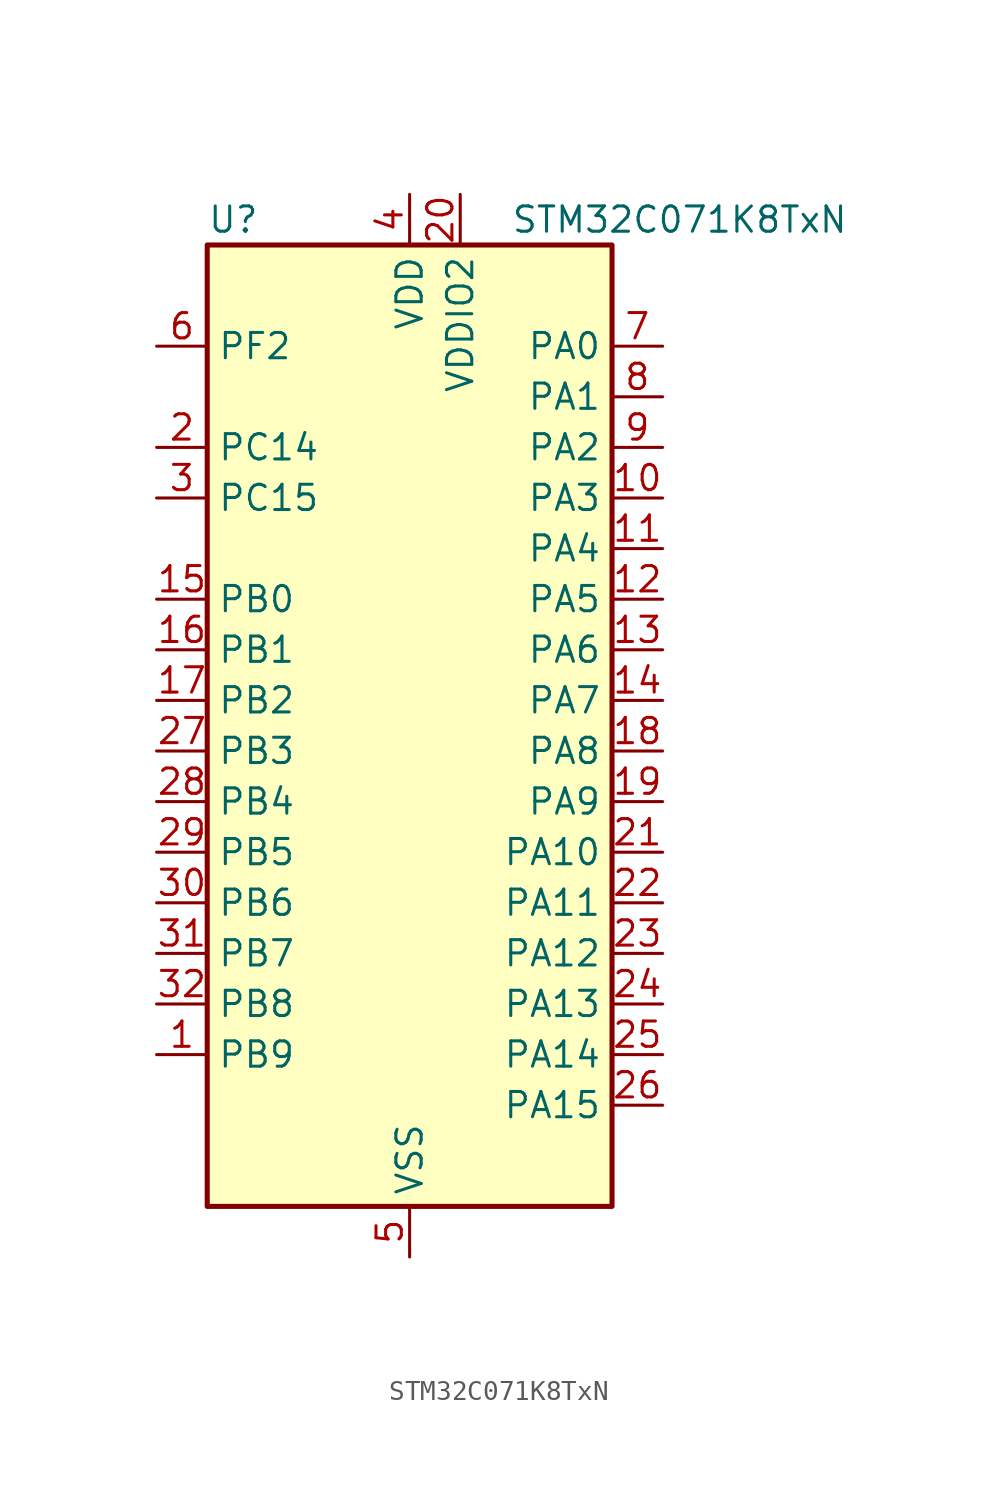
<source format=kicad_sym>
(kicad_symbol_lib
  (version 20241209)
  (generator "kicad_symbol_editor")
  (generator_version "9.0")
  (symbol "STM32C071K8TxN"
    (property "Reference" "U"
      (at -10.16 26.67 0)
      (effects (font (size 1.27 1.27)) (justify left)))
    (property "Value" "STM32C071K8TxN"
      (at 5.08 26.67 0)
      (effects (font (size 1.27 1.27)) (justify left)))
    (symbol "STM32C071K8TxN_0_1"
      (rectangle (start -10.16 -22.86) (end 10.16 25.4) (stroke (width 0.254) (type default)) (fill (type background))))
    (symbol "STM32C071K8TxN_1_1"
      (pin bidirectional line (at -12.7 20.32 0) (length 2.54) (name "PF2" (effects (font (size 1.27 1.27)))) (number "6" (effects (font (size 1.27 1.27)))) (alternate "RCC_MCO" bidirectional line) (alternate "TIM1_CH4" bidirectional line))
      (pin bidirectional line (at -12.7 15.24 0) (length 2.54) (name "PC14" (effects (font (size 1.27 1.27)))) (number "2" (effects (font (size 1.27 1.27)))) (alternate "I2C1_SDA" bidirectional line) (alternate "IR_OUT" bidirectional line) (alternate "RCC_OSCX_IN" bidirectional line) (alternate "SPI2_NSS" bidirectional line) (alternate "TIM17_CH1" bidirectional line) (alternate "TIM1_BKIN2" bidirectional line) (alternate "TIM1_ETR" bidirectional line) (alternate "TIM3_CH2" bidirectional line) (alternate "USART1_TX" bidirectional line) (alternate "USART2_CK" bidirectional line) (alternate "USART2_DE" bidirectional line) (alternate "USART2_RTS" bidirectional line))
      (pin bidirectional line (at -12.7 12.7 0) (length 2.54) (name "PC15" (effects (font (size 1.27 1.27)))) (number "3" (effects (font (size 1.27 1.27)))) (alternate "RCC_OSC32_EN" bidirectional line) (alternate "RCC_OSCX_OUT" bidirectional line) (alternate "RCC_OSC_EN" bidirectional line) (alternate "TIM1_ETR" bidirectional line) (alternate "TIM3_CH3" bidirectional line))
      (pin bidirectional line (at -12.7 7.62 0) (length 2.54) (name "PB0" (effects (font (size 1.27 1.27)))) (number "15" (effects (font (size 1.27 1.27)))) (alternate "ADC1_IN17" bidirectional line) (alternate "I2S1_WS" bidirectional line) (alternate "SPI1_NSS" bidirectional line) (alternate "TIM1_CH2N" bidirectional line) (alternate "TIM3_CH3" bidirectional line))
      (pin bidirectional line (at -12.7 5.08 0) (length 2.54) (name "PB1" (effects (font (size 1.27 1.27)))) (number "16" (effects (font (size 1.27 1.27)))) (alternate "ADC1_IN18" bidirectional line) (alternate "TIM14_CH1" bidirectional line) (alternate "TIM1_CH2N" bidirectional line) (alternate "TIM1_CH3N" bidirectional line) (alternate "TIM3_CH4" bidirectional line))
      (pin bidirectional line (at -12.7 2.54 0) (length 2.54) (name "PB2" (effects (font (size 1.27 1.27)))) (number "17" (effects (font (size 1.27 1.27)))) (alternate "ADC1_IN19" bidirectional line) (alternate "RCC_MCO2" bidirectional line) (alternate "SPI2_MISO" bidirectional line) (alternate "USART1_RX" bidirectional line))
      (pin bidirectional line (at -12.7 0 0) (length 2.54) (name "PB3" (effects (font (size 1.27 1.27)))) (number "27" (effects (font (size 1.27 1.27)))) (alternate "I2C2_SCL" bidirectional line) (alternate "I2S1_CK" bidirectional line) (alternate "SPI1_SCK" bidirectional line) (alternate "TIM1_CH2" bidirectional line) (alternate "TIM2_CH2" bidirectional line) (alternate "TIM3_CH2" bidirectional line) (alternate "USART1_CK" bidirectional line) (alternate "USART1_DE" bidirectional line) (alternate "USART1_RTS" bidirectional line))
      (pin bidirectional line (at -12.7 -2.54 0) (length 2.54) (name "PB4" (effects (font (size 1.27 1.27)))) (number "28" (effects (font (size 1.27 1.27)))) (alternate "I2C2_SDA" bidirectional line) (alternate "I2S1_MCK" bidirectional line) (alternate "SPI1_MISO" bidirectional line) (alternate "TIM17_BKIN" bidirectional line) (alternate "TIM3_CH1" bidirectional line) (alternate "USART1_CTS" bidirectional line) (alternate "USART1_NSS" bidirectional line))
      (pin bidirectional line (at -12.7 -5.08 0) (length 2.54) (name "PB5" (effects (font (size 1.27 1.27)))) (number "29" (effects (font (size 1.27 1.27)))) (alternate "I2C1_SMBA" bidirectional line) (alternate "I2S1_SD" bidirectional line) (alternate "PWR_WKUP6" bidirectional line) (alternate "SPI1_MOSI" bidirectional line) (alternate "TIM16_BKIN" bidirectional line) (alternate "TIM3_CH2" bidirectional line) (alternate "TIM3_CH3" bidirectional line))
      (pin bidirectional line (at -12.7 -7.62 0) (length 2.54) (name "PB6" (effects (font (size 1.27 1.27)))) (number "30" (effects (font (size 1.27 1.27)))) (alternate "I2C1_SCL" bidirectional line) (alternate "I2C1_SMBA" bidirectional line) (alternate "I2S1_CK" bidirectional line) (alternate "I2S1_MCK" bidirectional line) (alternate "I2S1_SD" bidirectional line) (alternate "PWR_WKUP3" bidirectional line) (alternate "SPI1_MISO" bidirectional line) (alternate "SPI1_MOSI" bidirectional line) (alternate "SPI1_SCK" bidirectional line) (alternate "SPI2_MISO" bidirectional line) (alternate "TIM16_BKIN" bidirectional line) (alternate "TIM16_CH1N" bidirectional line) (alternate "TIM17_BKIN" bidirectional line) (alternate "TIM1_CH2" bidirectional line) (alternate "TIM1_CH3" bidirectional line) (alternate "TIM3_CH1" bidirectional line) (alternate "TIM3_CH2" bidirectional line) (alternate "TIM3_CH3" bidirectional line) (alternate "USART1_CTS" bidirectional line) (alternate "USART1_NSS" bidirectional line) (alternate "USART1_TX" bidirectional line))
      (pin bidirectional line (at -12.7 -10.16 0) (length 2.54) (name "PB7" (effects (font (size 1.27 1.27)))) (number "31" (effects (font (size 1.27 1.27)))) (alternate "I2C1_SCL" bidirectional line) (alternate "I2C1_SDA" bidirectional line) (alternate "RTC_REFIN" bidirectional line) (alternate "SPI2_MOSI" bidirectional line) (alternate "TIM16_CH1" bidirectional line) (alternate "TIM17_CH1N" bidirectional line) (alternate "TIM1_CH4" bidirectional line) (alternate "TIM3_CH1" bidirectional line) (alternate "TIM3_CH4" bidirectional line) (alternate "USART1_RX" bidirectional line) (alternate "USART2_CTS" bidirectional line) (alternate "USART2_NSS" bidirectional line))
      (pin bidirectional line (at -12.7 -12.7 0) (length 2.54) (name "PB8" (effects (font (size 1.27 1.27)))) (number "32" (effects (font (size 1.27 1.27)))) (alternate "I2C1_SCL" bidirectional line) (alternate "SPI2_SCK" bidirectional line) (alternate "TIM16_CH1" bidirectional line) (alternate "TIM3_CH1" bidirectional line) (alternate "USART2_CTS" bidirectional line) (alternate "USART2_NSS" bidirectional line))
      (pin bidirectional line (at -12.7 -15.24 0) (length 2.54) (name "PB9" (effects (font (size 1.27 1.27)))) (number "1" (effects (font (size 1.27 1.27)))) (alternate "I2C1_SDA" bidirectional line) (alternate "IR_OUT" bidirectional line) (alternate "SPI2_NSS" bidirectional line) (alternate "TIM17_CH1" bidirectional line) (alternate "TIM3_CH2" bidirectional line) (alternate "USART2_CK" bidirectional line) (alternate "USART2_DE" bidirectional line) (alternate "USART2_RTS" bidirectional line))
      (pin power_in line (at 0 27.94 270) (length 2.54) (name "VDD" (effects (font (size 1.27 1.27)))) (number "4" (effects (font (size 1.27 1.27)))))
      (pin power_in line (at 0 -25.4 90) (length 2.54) (name "VSS" (effects (font (size 1.27 1.27)))) (number "5" (effects (font (size 1.27 1.27)))))
      (pin power_in line (at 2.54 27.94 270) (length 2.54) (name "VDDIO2" (effects (font (size 1.27 1.27)))) (number "20" (effects (font (size 1.27 1.27)))))
      (pin bidirectional line (at 12.7 20.32 180) (length 2.54) (name "PA0" (effects (font (size 1.27 1.27)))) (number "7" (effects (font (size 1.27 1.27)))) (alternate "ADC1_IN0" bidirectional line) (alternate "PWR_WKUP1" bidirectional line) (alternate "SPI2_SCK" bidirectional line) (alternate "TIM16_CH1" bidirectional line) (alternate "TIM1_CH1" bidirectional line) (alternate "TIM2_CH1" bidirectional line) (alternate "TIM2_ETR" bidirectional line) (alternate "USART1_TX" bidirectional line) (alternate "USART2_CTS" bidirectional line) (alternate "USART2_NSS" bidirectional line))
      (pin bidirectional line (at 12.7 17.78 180) (length 2.54) (name "PA1" (effects (font (size 1.27 1.27)))) (number "8" (effects (font (size 1.27 1.27)))) (alternate "ADC1_IN1" bidirectional line) (alternate "I2C1_SMBA" bidirectional line) (alternate "I2S1_CK" bidirectional line) (alternate "SPI1_SCK" bidirectional line) (alternate "TIM17_CH1" bidirectional line) (alternate "TIM1_CH2" bidirectional line) (alternate "TIM2_CH2" bidirectional line) (alternate "USART1_RX" bidirectional line) (alternate "USART2_CK" bidirectional line) (alternate "USART2_DE" bidirectional line) (alternate "USART2_RTS" bidirectional line))
      (pin bidirectional line (at 12.7 15.24 180) (length 2.54) (name "PA2" (effects (font (size 1.27 1.27)))) (number "9" (effects (font (size 1.27 1.27)))) (alternate "ADC1_IN2" bidirectional line) (alternate "I2S1_SD" bidirectional line) (alternate "PWR_WKUP4" bidirectional line) (alternate "RCC_LSCO" bidirectional line) (alternate "SPI1_MOSI" bidirectional line) (alternate "TIM16_CH1N" bidirectional line) (alternate "TIM1_CH3" bidirectional line) (alternate "TIM2_CH3" bidirectional line) (alternate "TIM3_ETR" bidirectional line) (alternate "USART2_TX" bidirectional line))
      (pin bidirectional line (at 12.7 12.7 180) (length 2.54) (name "PA3" (effects (font (size 1.27 1.27)))) (number "10" (effects (font (size 1.27 1.27)))) (alternate "ADC1_IN3" bidirectional line) (alternate "SPI2_MISO" bidirectional line) (alternate "TIM1_CH1N" bidirectional line) (alternate "TIM1_CH4" bidirectional line) (alternate "TIM2_CH4" bidirectional line) (alternate "USART2_RX" bidirectional line))
      (pin bidirectional line (at 12.7 10.16 180) (length 2.54) (name "PA4" (effects (font (size 1.27 1.27)))) (number "11" (effects (font (size 1.27 1.27)))) (alternate "ADC1_IN4" bidirectional line) (alternate "I2S1_WS" bidirectional line) (alternate "PWR_WKUP2" bidirectional line) (alternate "RTC_OUT1" bidirectional line) (alternate "RTC_TS" bidirectional line) (alternate "SPI1_NSS" bidirectional line) (alternate "SPI2_MOSI" bidirectional line) (alternate "TIM14_CH1" bidirectional line) (alternate "TIM17_CH1N" bidirectional line) (alternate "TIM1_CH2N" bidirectional line) (alternate "USART2_TX" bidirectional line) (alternate "USB_NOE" bidirectional line))
      (pin bidirectional line (at 12.7 7.62 180) (length 2.54) (name "PA5" (effects (font (size 1.27 1.27)))) (number "12" (effects (font (size 1.27 1.27)))) (alternate "ADC1_IN5" bidirectional line) (alternate "I2S1_CK" bidirectional line) (alternate "SPI1_SCK" bidirectional line) (alternate "TIM1_CH1" bidirectional line) (alternate "TIM1_CH3N" bidirectional line) (alternate "TIM2_CH1" bidirectional line) (alternate "TIM2_ETR" bidirectional line) (alternate "USART2_RX" bidirectional line))
      (pin bidirectional line (at 12.7 5.08 180) (length 2.54) (name "PA6" (effects (font (size 1.27 1.27)))) (number "13" (effects (font (size 1.27 1.27)))) (alternate "ADC1_IN6" bidirectional line) (alternate "I2C2_SDA" bidirectional line) (alternate "I2S1_MCK" bidirectional line) (alternate "SPI1_MISO" bidirectional line) (alternate "TIM16_CH1" bidirectional line) (alternate "TIM1_BKIN" bidirectional line) (alternate "TIM3_CH1" bidirectional line))
      (pin bidirectional line (at 12.7 2.54 180) (length 2.54) (name "PA7" (effects (font (size 1.27 1.27)))) (number "14" (effects (font (size 1.27 1.27)))) (alternate "ADC1_IN7" bidirectional line) (alternate "I2C2_SCL" bidirectional line) (alternate "I2S1_SD" bidirectional line) (alternate "SPI1_MOSI" bidirectional line) (alternate "TIM14_CH1" bidirectional line) (alternate "TIM17_CH1" bidirectional line) (alternate "TIM1_CH1N" bidirectional line) (alternate "TIM3_CH2" bidirectional line))
      (pin bidirectional line (at 12.7 0 180) (length 2.54) (name "PA8" (effects (font (size 1.27 1.27)))) (number "18" (effects (font (size 1.27 1.27)))) (alternate "ADC1_IN8" bidirectional line) (alternate "CRS_SYNC" bidirectional line) (alternate "I2S1_WS" bidirectional line) (alternate "RCC_MCO" bidirectional line) (alternate "RCC_MCO2" bidirectional line) (alternate "SPI1_NSS" bidirectional line) (alternate "SPI2_MISO" bidirectional line) (alternate "SPI2_NSS" bidirectional line) (alternate "TIM14_CH1" bidirectional line) (alternate "TIM1_CH1" bidirectional line) (alternate "TIM1_CH2N" bidirectional line) (alternate "TIM1_CH3N" bidirectional line) (alternate "TIM3_CH3" bidirectional line) (alternate "TIM3_CH4" bidirectional line) (alternate "USART1_RX" bidirectional line) (alternate "USART2_TX" bidirectional line))
      (pin bidirectional line (at 12.7 -2.54 180) (length 2.54) (name "PA9" (effects (font (size 1.27 1.27)))) (number "19" (effects (font (size 1.27 1.27)))) (alternate "I2C1_SCL" bidirectional line) (alternate "I2C2_SCL" bidirectional line) (alternate "RCC_MCO" bidirectional line) (alternate "SPI2_MISO" bidirectional line) (alternate "TIM1_CH2" bidirectional line) (alternate "TIM3_ETR" bidirectional line) (alternate "USART1_TX" bidirectional line))
      (pin bidirectional line (at 12.7 -5.08 180) (length 2.54) (name "PA10" (effects (font (size 1.27 1.27)))) (number "21" (effects (font (size 1.27 1.27)))) (alternate "I2C1_SDA" bidirectional line) (alternate "I2C2_SDA" bidirectional line) (alternate "RCC_MCO2" bidirectional line) (alternate "SPI2_MOSI" bidirectional line) (alternate "TIM17_BKIN" bidirectional line) (alternate "TIM1_CH3" bidirectional line) (alternate "USART1_RX" bidirectional line))
      (pin bidirectional line (at 12.7 -7.62 180) (length 2.54) (name "PA11" (effects (font (size 1.27 1.27)))) (number "22" (effects (font (size 1.27 1.27)))) (alternate "ADC1_EXTI11" bidirectional line) (alternate "I2C2_SCL" bidirectional line) (alternate "I2S1_MCK" bidirectional line) (alternate "SPI1_MISO" bidirectional line) (alternate "TIM1_BKIN2" bidirectional line) (alternate "TIM1_CH4" bidirectional line) (alternate "USART1_CTS" bidirectional line) (alternate "USART1_NSS" bidirectional line) (alternate "USB_DM" bidirectional line))
      (pin bidirectional line (at 12.7 -10.16 180) (length 2.54) (name "PA12" (effects (font (size 1.27 1.27)))) (number "23" (effects (font (size 1.27 1.27)))) (alternate "I2C2_SDA" bidirectional line) (alternate "I2S1_SD" bidirectional line) (alternate "I2S_CKIN" bidirectional line) (alternate "SPI1_MOSI" bidirectional line) (alternate "TIM1_ETR" bidirectional line) (alternate "USART1_CK" bidirectional line) (alternate "USART1_DE" bidirectional line) (alternate "USART1_RTS" bidirectional line) (alternate "USB_DP" bidirectional line))
      (pin bidirectional line (at 12.7 -12.7 180) (length 2.54) (name "PA13" (effects (font (size 1.27 1.27)))) (number "24" (effects (font (size 1.27 1.27)))) (alternate "ADC1_IN13" bidirectional line) (alternate "DEBUG_SWDIO" bidirectional line) (alternate "IR_OUT" bidirectional line) (alternate "TIM3_ETR" bidirectional line) (alternate "USART2_RX" bidirectional line) (alternate "USB_NOE" bidirectional line))
      (pin bidirectional line (at 12.7 -15.24 180) (length 2.54) (name "PA14" (effects (font (size 1.27 1.27)))) (number "25" (effects (font (size 1.27 1.27)))) (alternate "ADC1_IN14" bidirectional line) (alternate "DEBUG_SWCLK" bidirectional line) (alternate "I2S1_WS" bidirectional line) (alternate "RCC_MCO2" bidirectional line) (alternate "SPI1_NSS" bidirectional line) (alternate "TIM1_CH1" bidirectional line) (alternate "USART1_CK" bidirectional line) (alternate "USART1_DE" bidirectional line) (alternate "USART1_RTS" bidirectional line) (alternate "USART2_RX" bidirectional line) (alternate "USART2_TX" bidirectional line))
      (pin bidirectional line (at 12.7 -17.78 180) (length 2.54) (name "PA15" (effects (font (size 1.27 1.27)))) (number "26" (effects (font (size 1.27 1.27)))) (alternate "I2S1_WS" bidirectional line) (alternate "RCC_MCO2" bidirectional line) (alternate "SPI1_NSS" bidirectional line) (alternate "TIM1_CH1" bidirectional line) (alternate "TIM2_CH1" bidirectional line) (alternate "TIM2_ETR" bidirectional line) (alternate "USART1_CK" bidirectional line) (alternate "USART1_DE" bidirectional line) (alternate "USART1_RTS" bidirectional line) (alternate "USART2_RX" bidirectional line) (alternate "USB_NOE" bidirectional line)))))
</source>
